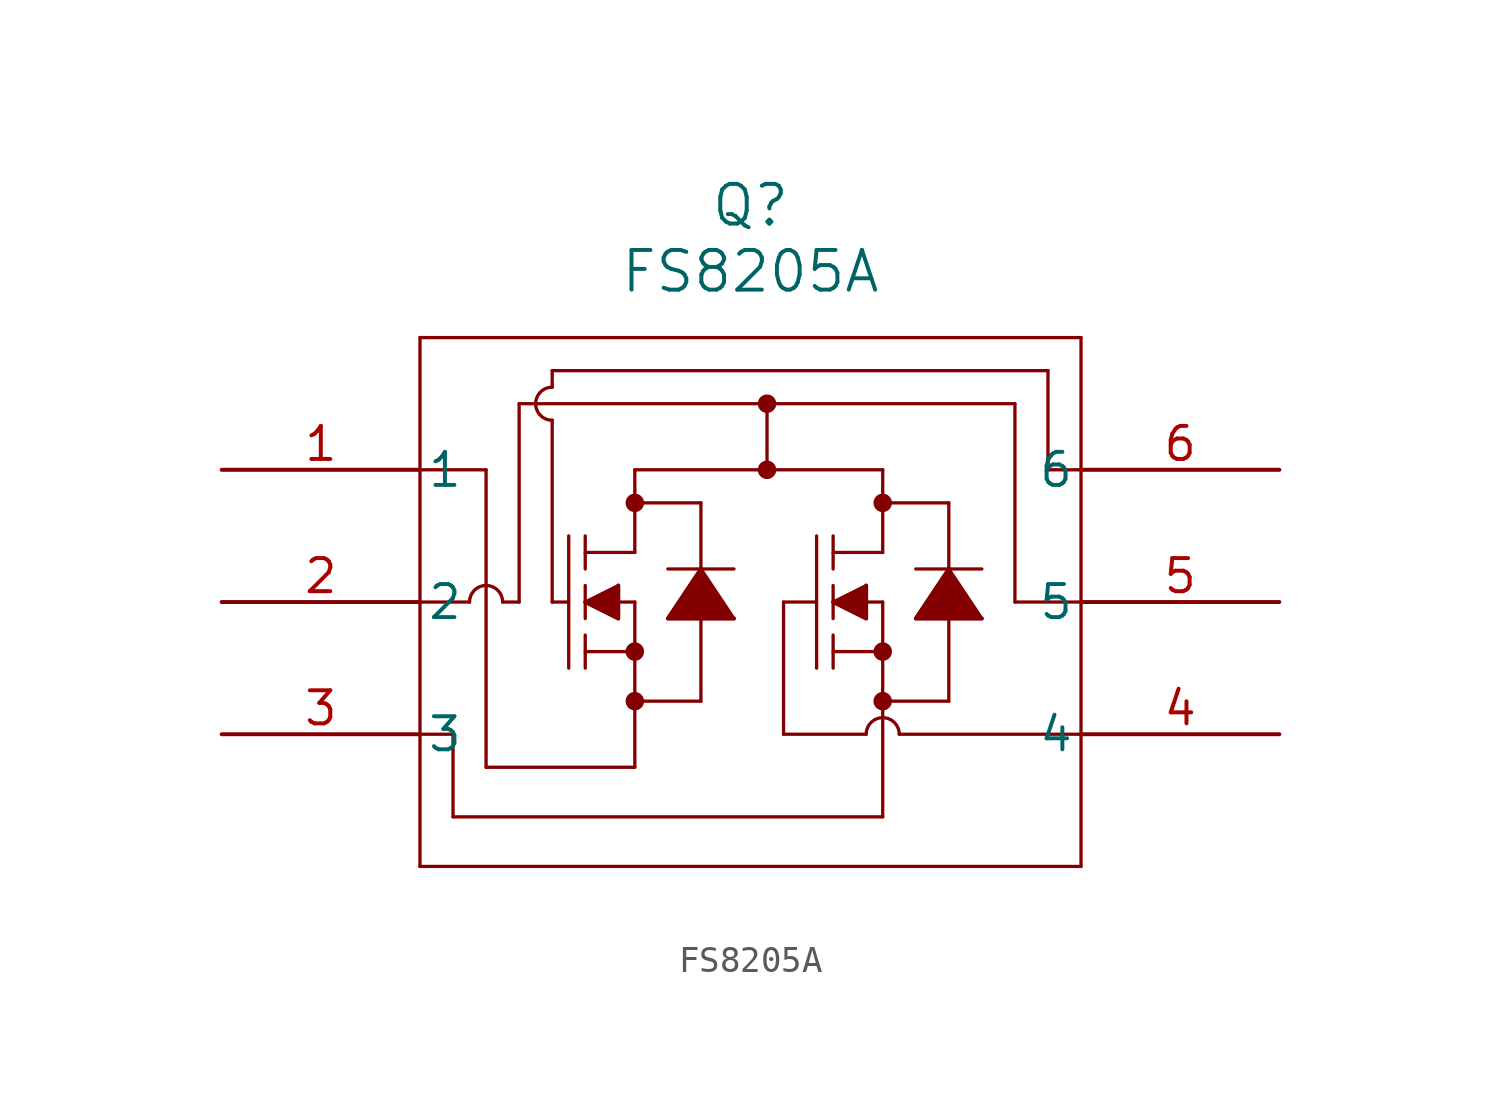
<source format=kicad_sym>
(kicad_symbol_lib
  (version 20211014)
  (generator kicad_symbol_editor)
  (symbol "FS8205A"
    (pin_names
      (offset 0.254))
    (property "Reference" "Q"
      (at 20.32 10.16 0)
      (effects (font (size 1.524 1.524))))
    (property "Value" "FS8205A"
      (at 20.32 7.62 0)
      (effects (font (size 1.524 1.524))))
    (symbol "FS8205A_0_1"
      (polyline (pts (xy 7.62 5.08) (xy 7.62 -15.24)) (stroke (width 0.127) (type default) (color 0 0 0 0)) (fill (type none)))
      (polyline (pts (xy 7.62 -15.24) (xy 33.02 -15.24)) (stroke (width 0.127) (type default) (color 0 0 0 0)) (fill (type none)))
      (polyline (pts (xy 33.02 -15.24) (xy 33.02 5.08)) (stroke (width 0.127) (type default) (color 0 0 0 0)) (fill (type none)))
      (polyline (pts (xy 33.02 5.08) (xy 7.62 5.08)) (stroke (width 0.127) (type default) (color 0 0 0 0)) (fill (type none)))
      (polyline (pts (xy 13.335 -2.54) (xy 13.335 -7.62)) (stroke (width 0.127) (type default) (color 0 0 0 0)) (fill (type none)))
      (polyline (pts (xy 13.97 -2.54) (xy 13.97 -3.81)) (stroke (width 0.127) (type default) (color 0 0 0 0)) (fill (type none)))
      (polyline (pts (xy 13.97 -4.445) (xy 13.97 -5.715)) (stroke (width 0.127) (type default) (color 0 0 0 0)) (fill (type none)))
      (polyline (pts (xy 13.97 -6.35) (xy 13.97 -7.62)) (stroke (width 0.127) (type default) (color 0 0 0 0)) (fill (type none)))
      (polyline (pts (xy 13.97 -5.08) (xy 15.875 -5.08)) (stroke (width 0.127) (type default) (color 0 0 0 0)) (fill (type none)))
      (polyline (pts (xy 15.875 -5.08) (xy 15.875 -11.43)) (stroke (width 0.127) (type default) (color 0 0 0 0)) (fill (type none)))
      (polyline (pts (xy 13.97 -6.985) (xy 15.875 -6.985)) (stroke (width 0.127) (type default) (color 0 0 0 0)) (fill (type none)))
      (polyline (pts (xy 13.97 -3.175) (xy 15.875 -3.175)) (stroke (width 0.127) (type default) (color 0 0 0 0)) (fill (type none)))
      (polyline (pts (xy 15.875 0) (xy 15.875 -3.175)) (stroke (width 0.127) (type default) (color 0 0 0 0)) (fill (type none)))
      (polyline (pts (xy 15.875 -1.27) (xy 18.415 -1.27)) (stroke (width 0.127) (type default) (color 0 0 0 0)) (fill (type none)))
      (polyline (pts (xy 18.415 -1.27) (xy 18.415 -8.89)) (stroke (width 0.127) (type default) (color 0 0 0 0)) (fill (type none)))
      (polyline (pts (xy 18.415 -8.89) (xy 15.875 -8.89)) (stroke (width 0.127) (type default) (color 0 0 0 0)) (fill (type none)))
      (polyline (pts (xy 17.145 -3.81) (xy 19.685 -3.81)) (stroke (width 0.127) (type default) (color 0 0 0 0)) (fill (type none)))
      (polyline (pts (xy 18.415 -3.81) (xy 17.145 -5.715)) (stroke (width 0.127) (type default) (color 0 0 0 0)) (fill (type none)))
      (polyline (pts (xy 17.145 -5.715) (xy 19.685 -5.715)) (stroke (width 0.127) (type default) (color 0 0 0 0)) (fill (type none)))
      (polyline (pts (xy 18.415 -3.81) (xy 19.685 -5.715)) (stroke (width 0.127) (type default) (color 0 0 0 0)) (fill (type none)))
      (polyline (pts (xy 15.24 -4.445) (xy 15.24 -5.715)) (stroke (width 0.127) (type default) (color 0 0 0 0)) (fill (type none)))
      (polyline (pts (xy 15.24 -5.715) (xy 13.97 -5.08)) (stroke (width 0.127) (type default) (color 0 0 0 0)) (fill (type none)))
      (polyline (pts (xy 13.97 -5.08) (xy 15.24 -4.445)) (stroke (width 0.127) (type default) (color 0 0 0 0)) (fill (type none)))
      (polyline (pts (xy 18.415 -3.81) (xy 17.145 -5.715) (xy 19.685 -5.715)) (stroke (width 0) (type default) (color 0 0 0 0)) (fill (type outline)))
      (polyline (pts (xy 13.97 -5.08) (xy 15.24 -5.715) (xy 15.24 -4.445)) (stroke (width 0) (type default) (color 0 0 0 0)) (fill (type outline)))
      (polyline (pts (xy 22.86 -2.54) (xy 22.86 -7.62)) (stroke (width 0.127) (type default) (color 0 0 0 0)) (fill (type none)))
      (polyline (pts (xy 23.495 -2.54) (xy 23.495 -3.81)) (stroke (width 0.127) (type default) (color 0 0 0 0)) (fill (type none)))
      (polyline (pts (xy 23.495 -4.445) (xy 23.495 -5.715)) (stroke (width 0.127) (type default) (color 0 0 0 0)) (fill (type none)))
      (polyline (pts (xy 23.495 -6.35) (xy 23.495 -7.62)) (stroke (width 0.127) (type default) (color 0 0 0 0)) (fill (type none)))
      (polyline (pts (xy 23.495 -5.08) (xy 25.4 -5.08)) (stroke (width 0.127) (type default) (color 0 0 0 0)) (fill (type none)))
      (polyline (pts (xy 25.4 -5.08) (xy 25.4 -13.335)) (stroke (width 0.127) (type default) (color 0 0 0 0)) (fill (type none)))
      (polyline (pts (xy 23.495 -6.985) (xy 25.4 -6.985)) (stroke (width 0.127) (type default) (color 0 0 0 0)) (fill (type none)))
      (polyline (pts (xy 23.495 -3.175) (xy 25.4 -3.175)) (stroke (width 0.127) (type default) (color 0 0 0 0)) (fill (type none)))
      (polyline (pts (xy 25.4 0) (xy 25.4 -3.175)) (stroke (width 0.127) (type default) (color 0 0 0 0)) (fill (type none)))
      (polyline (pts (xy 25.4 -1.27) (xy 27.94 -1.27)) (stroke (width 0.127) (type default) (color 0 0 0 0)) (fill (type none)))
      (polyline (pts (xy 27.94 -1.27) (xy 27.94 -8.89)) (stroke (width 0.127) (type default) (color 0 0 0 0)) (fill (type none)))
      (polyline (pts (xy 27.94 -8.89) (xy 25.4 -8.89)) (stroke (width 0.127) (type default) (color 0 0 0 0)) (fill (type none)))
      (polyline (pts (xy 26.67 -3.81) (xy 29.21 -3.81)) (stroke (width 0.127) (type default) (color 0 0 0 0)) (fill (type none)))
      (polyline (pts (xy 27.94 -3.81) (xy 26.67 -5.715)) (stroke (width 0.127) (type default) (color 0 0 0 0)) (fill (type none)))
      (polyline (pts (xy 26.67 -5.715) (xy 29.21 -5.715)) (stroke (width 0.127) (type default) (color 0 0 0 0)) (fill (type none)))
      (polyline (pts (xy 27.94 -3.81) (xy 29.21 -5.715)) (stroke (width 0.127) (type default) (color 0 0 0 0)) (fill (type none)))
      (polyline (pts (xy 24.765 -4.445) (xy 24.765 -5.715)) (stroke (width 0.127) (type default) (color 0 0 0 0)) (fill (type none)))
      (polyline (pts (xy 24.765 -5.715) (xy 23.495 -5.08)) (stroke (width 0.127) (type default) (color 0 0 0 0)) (fill (type none)))
      (polyline (pts (xy 23.495 -5.08) (xy 24.765 -4.445)) (stroke (width 0.127) (type default) (color 0 0 0 0)) (fill (type none)))
      (polyline (pts (xy 27.94 -3.81) (xy 26.67 -5.715) (xy 29.21 -5.715)) (stroke (width 0) (type default) (color 0 0 0 0)) (fill (type outline)))
      (polyline (pts (xy 23.495 -5.08) (xy 24.765 -5.715) (xy 24.765 -4.445)) (stroke (width 0) (type default) (color 0 0 0 0)) (fill (type outline)))
      (polyline (pts (xy 7.62 0) (xy 10.16 0)) (stroke (width 0.127) (type default) (color 0 0 0 0)) (fill (type none)))
      (polyline (pts (xy 10.16 0) (xy 10.16 -11.43)) (stroke (width 0.127) (type default) (color 0 0 0 0)) (fill (type none)))
      (polyline (pts (xy 10.16 -11.43) (xy 15.875 -11.43)) (stroke (width 0.127) (type default) (color 0 0 0 0)) (fill (type none)))
      (polyline (pts (xy 10.795 -5.08) (xy 11.43 -5.08)) (stroke (width 0.127) (type default) (color 0 0 0 0)) (fill (type none)))
      (polyline (pts (xy 11.43 -5.08) (xy 11.43 2.54)) (stroke (width 0.127) (type default) (color 0 0 0 0)) (fill (type none)))
      (polyline (pts (xy 11.43 2.54) (xy 30.48 2.54)) (stroke (width 0.127) (type default) (color 0 0 0 0)) (fill (type none)))
      (polyline (pts (xy 30.48 2.54) (xy 30.48 -5.08)) (stroke (width 0.127) (type default) (color 0 0 0 0)) (fill (type none)))
      (polyline (pts (xy 30.48 -5.08) (xy 33.02 -5.08)) (stroke (width 0.127) (type default) (color 0 0 0 0)) (fill (type none)))
      (polyline (pts (xy 25.4 0) (xy 15.875 0)) (stroke (width 0.127) (type default) (color 0 0 0 0)) (fill (type none)))
      (polyline (pts (xy 20.955 0) (xy 20.955 2.54)) (stroke (width 0.127) (type default) (color 0 0 0 0)) (fill (type none)))
      (polyline (pts (xy 7.62 -10.16) (xy 8.89 -10.16)) (stroke (width 0.127) (type default) (color 0 0 0 0)) (fill (type none)))
      (polyline (pts (xy 8.89 -13.335) (xy 8.89 -10.16)) (stroke (width 0.127) (type default) (color 0 0 0 0)) (fill (type none)))
      (polyline (pts (xy 8.89 -13.335) (xy 25.4 -13.335)) (stroke (width 0.127) (type default) (color 0 0 0 0)) (fill (type none)))
      (polyline (pts (xy 33.02 0) (xy 31.75 0)) (stroke (width 0.127) (type default) (color 0 0 0 0)) (fill (type none)))
      (polyline (pts (xy 31.75 3.81) (xy 31.75 0)) (stroke (width 0.127) (type default) (color 0 0 0 0)) (fill (type none)))
      (polyline (pts (xy 31.75 3.81) (xy 12.7 3.81)) (stroke (width 0.127) (type default) (color 0 0 0 0)) (fill (type none)))
      (polyline (pts (xy 12.7 1.905) (xy 12.7 -5.08)) (stroke (width 0.127) (type default) (color 0 0 0 0)) (fill (type none)))
      (polyline (pts (xy 12.7 -5.08) (xy 13.335 -5.08)) (stroke (width 0.127) (type default) (color 0 0 0 0)) (fill (type none)))
      (polyline (pts (xy 33.02 -10.16) (xy 26.035 -10.16)) (stroke (width 0.127) (type default) (color 0 0 0 0)) (fill (type none)))
      (polyline (pts (xy 21.59 -10.16) (xy 21.59 -5.08)) (stroke (width 0.127) (type default) (color 0 0 0 0)) (fill (type none)))
      (polyline (pts (xy 21.59 -5.08) (xy 22.86 -5.08)) (stroke (width 0.127) (type default) (color 0 0 0 0)) (fill (type none)))
      (arc (start 10.795 -5.08) (mid 10.16 -4.445) (end 9.525 -5.08) (stroke (width 0.127) (type default) (color 0 0 0 0)) (fill (type none)))
      (polyline (pts (xy 7.62 -5.08) (xy 9.525 -5.08)) (stroke (width 0.127) (type default) (color 0 0 0 0)) (fill (type none)))
      (arc (start 12.7 3.175) (mid 12.065 2.54) (end 12.7 1.905) (stroke (width 0.127) (type default) (color 0 0 0 0)) (fill (type none)))
      (polyline (pts (xy 12.7 3.81) (xy 12.7 3.175)) (stroke (width 0.127) (type default) (color 0 0 0 0)) (fill (type none)))
      (arc (start 26.035 -10.16) (mid 25.4 -9.525) (end 24.765 -10.16) (stroke (width 0.127) (type default) (color 0 0 0 0)) (fill (type none)))
      (polyline (pts (xy 21.59 -10.16) (xy 24.765 -10.16)) (stroke (width 0.127) (type default) (color 0 0 0 0)) (fill (type none)))
      (circle (center 15.875 -6.985) (radius 0.203) (stroke (width 0.305) (type default) (color 0 0 0 0)) (fill (type none)))
      (circle (center 15.875 -1.27) (radius 0.203) (stroke (width 0.305) (type default) (color 0 0 0 0)) (fill (type none)))
      (circle (center 15.875 -8.89) (radius 0.203) (stroke (width 0.305) (type default) (color 0 0 0 0)) (fill (type none)))
      (circle (center 25.4 -6.985) (radius 0.203) (stroke (width 0.305) (type default) (color 0 0 0 0)) (fill (type none)))
      (circle (center 25.4 -1.27) (radius 0.203) (stroke (width 0.305) (type default) (color 0 0 0 0)) (fill (type none)))
      (circle (center 25.4 -8.89) (radius 0.203) (stroke (width 0.305) (type default) (color 0 0 0 0)) (fill (type none)))
      (circle (center 20.955 0) (radius 0.203) (stroke (width 0.305) (type default) (color 0 0 0 0)) (fill (type none)))
      (circle (center 20.955 2.54) (radius 0.203) (stroke (width 0.305) (type default) (color 0 0 0 0)) (fill (type none)))
      (pin unspecified line (at 0 0 0) (length 7.62) (name "1" (effects (font (size 1.27 1.27)))) (number "1" (effects (font (size 1.27 1.27)))))
      (pin unspecified line (at 0 -5.08 0) (length 7.62) (name "2" (effects (font (size 1.27 1.27)))) (number "2" (effects (font (size 1.27 1.27)))))
      (pin unspecified line (at 0 -10.16 0) (length 7.62) (name "3" (effects (font (size 1.27 1.27)))) (number "3" (effects (font (size 1.27 1.27)))))
      (pin unspecified line (at 40.64 -10.16 180) (length 7.62) (name "4" (effects (font (size 1.27 1.27)))) (number "4" (effects (font (size 1.27 1.27)))))
      (pin unspecified line (at 40.64 -5.08 180) (length 7.62) (name "5" (effects (font (size 1.27 1.27)))) (number "5" (effects (font (size 1.27 1.27)))))
      (pin unspecified line (at 40.64 0 180) (length 7.62) (name "6" (effects (font (size 1.27 1.27)))) (number "6" (effects (font (size 1.27 1.27))))))))
</source>
